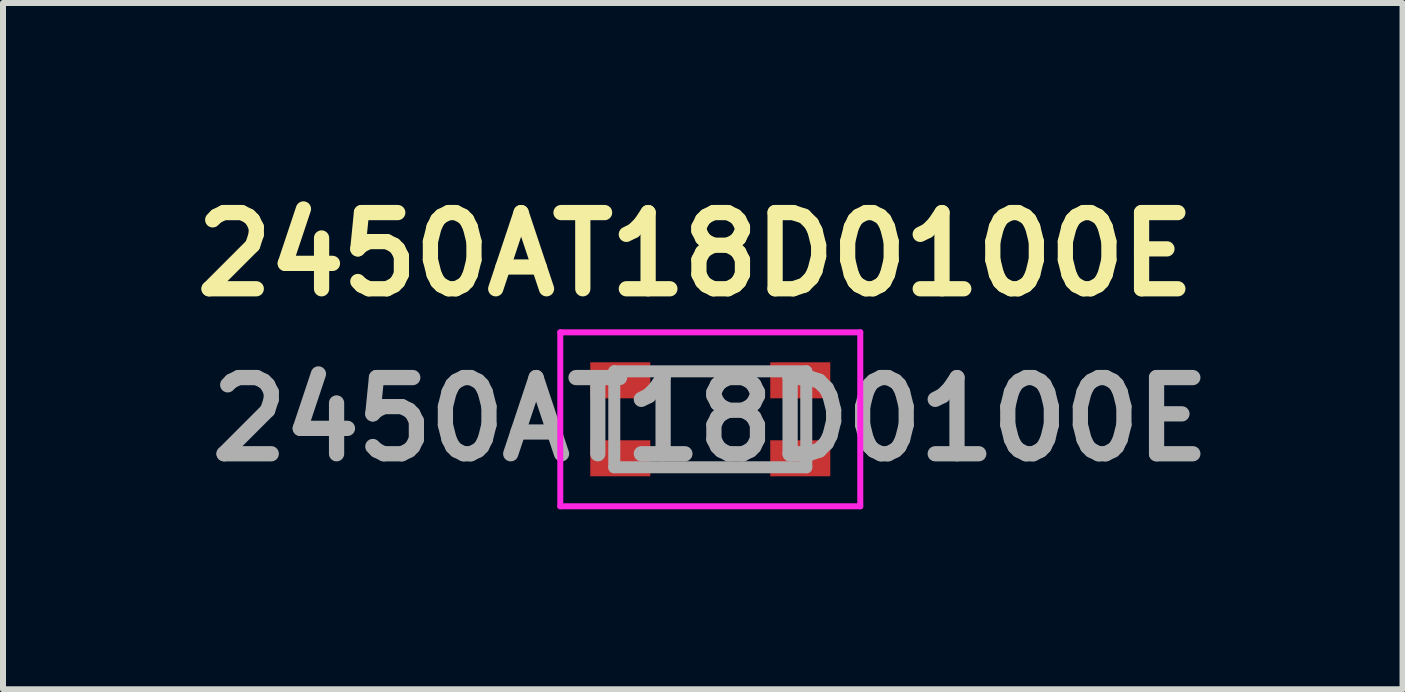
<source format=kicad_pcb>
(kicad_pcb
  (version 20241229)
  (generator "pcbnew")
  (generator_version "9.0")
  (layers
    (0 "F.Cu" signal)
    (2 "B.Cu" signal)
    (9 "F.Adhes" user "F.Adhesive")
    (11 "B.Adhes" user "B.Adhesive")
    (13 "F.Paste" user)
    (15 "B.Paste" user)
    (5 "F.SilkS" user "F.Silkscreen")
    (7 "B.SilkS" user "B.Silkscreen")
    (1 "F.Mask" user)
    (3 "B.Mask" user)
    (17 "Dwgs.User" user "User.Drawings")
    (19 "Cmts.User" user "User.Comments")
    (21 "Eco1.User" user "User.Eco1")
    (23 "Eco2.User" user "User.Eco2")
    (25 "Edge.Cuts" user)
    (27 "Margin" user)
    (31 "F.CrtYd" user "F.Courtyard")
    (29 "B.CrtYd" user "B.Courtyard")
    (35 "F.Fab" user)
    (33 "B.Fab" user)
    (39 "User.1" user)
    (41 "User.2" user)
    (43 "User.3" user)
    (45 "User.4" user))
  (footprint "2450AT18D0100E"
    (layer "F.Cu")
    (at 8.789 3.939)
    (property "Reference" "2450AT18D0100E" (at -0.25 -2.75 0) (layer "F.SilkS") (effects (font (size 1.27 1.27) (thickness 0.254))))
    (attr smd)
    (fp_poly (pts (xy -2 -0.95) (xy -0.75 -0.95) (xy -0.75 -0.2) (xy -2 -0.2)) (stroke (width 0.1) (type solid)) (fill yes) (layer "F.Mask"))
    (fp_poly (pts (xy -2 -0.2) (xy -1.6 -0.2) (xy -1.6 0.2) (xy -2 0.2)) (stroke (width 0.1) (type solid)) (fill yes) (layer "F.Mask"))
    (fp_poly (pts (xy -2 0.2) (xy -0.75 0.2) (xy -0.75 0.95) (xy -2 0.95)) (stroke (width 0.1) (type solid)) (fill yes) (layer "F.Mask"))
    (fp_poly (pts (xy -0.75 -0.95) (xy 2 -0.95) (xy 2 0.95) (xy -0.75 0.95)) (stroke (width 0.1) (type solid)) (fill yes) (layer "F.Mask"))
    (fp_line (start -1.6 -0.2) (end -1.6 0.2) (stroke (width 0.1) (type solid)) (layer "F.SilkS"))
    (fp_line (start -0.8 -0.8) (end 0.8 -0.8) (stroke (width 0.1) (type solid)) (layer "F.SilkS"))
    (fp_line (start -0.8 0.8) (end 0.8 0.8) (stroke (width 0.1) (type solid)) (layer "F.SilkS"))
    (fp_line (start 1.6 -0.2) (end 1.6 0.2) (stroke (width 0.1) (type solid)) (layer "F.SilkS"))
    (fp_line (start -2.5 -1.45) (end 2.5 -1.45) (stroke (width 0.1) (type solid)) (layer "F.CrtYd"))
    (fp_line (start -2.5 1.45) (end -2.5 -1.45) (stroke (width 0.1) (type solid)) (layer "F.CrtYd"))
    (fp_line (start 2.5 -1.45) (end 2.5 1.45) (stroke (width 0.1) (type solid)) (layer "F.CrtYd"))
    (fp_line (start 2.5 1.45) (end -2.5 1.45) (stroke (width 0.1) (type solid)) (layer "F.CrtYd"))
    (fp_line (start -1.6 -0.8) (end 1.6 -0.8) (stroke (width 0.2) (type solid)) (layer "F.Fab"))
    (fp_line (start -1.6 0.8) (end -1.6 -0.8) (stroke (width 0.2) (type solid)) (layer "F.Fab"))
    (fp_line (start 1.6 -0.8) (end 1.6 0.8) (stroke (width 0.2) (type solid)) (layer "F.Fab"))
    (fp_line (start 1.6 0.8) (end -1.6 0.8) (stroke (width 0.2) (type solid)) (layer "F.Fab"))
    (fp_text user "${REFERENCE}" (at 0 0 0) (layer "F.Fab") (effects (font (size 1.27 1.27) (thickness 0.254))))
    (pad "1" smd rect (at -1.5 0.65 90) (size 0.6 1) (layers "F.Cu" "F.Mask" "F.Paste"))
    (pad "2" smd rect (at 1.5 0.65 90) (size 0.6 1) (layers "F.Cu" "F.Mask" "F.Paste"))
    (pad "3" smd rect (at 1.5 -0.65 90) (size 0.6 1) (layers "F.Cu" "F.Mask" "F.Paste"))
    (pad "4" smd rect (at -1.5 -0.65 90) (size 0.6 1) (layers "F.Cu" "F.Mask" "F.Paste")))
  (gr_rect
    (start -3 -3)
    (end 20.328 8.439)
    (stroke (width 0.1) (type default))
    (fill no)
    (layer "Edge.Cuts")))
</source>
